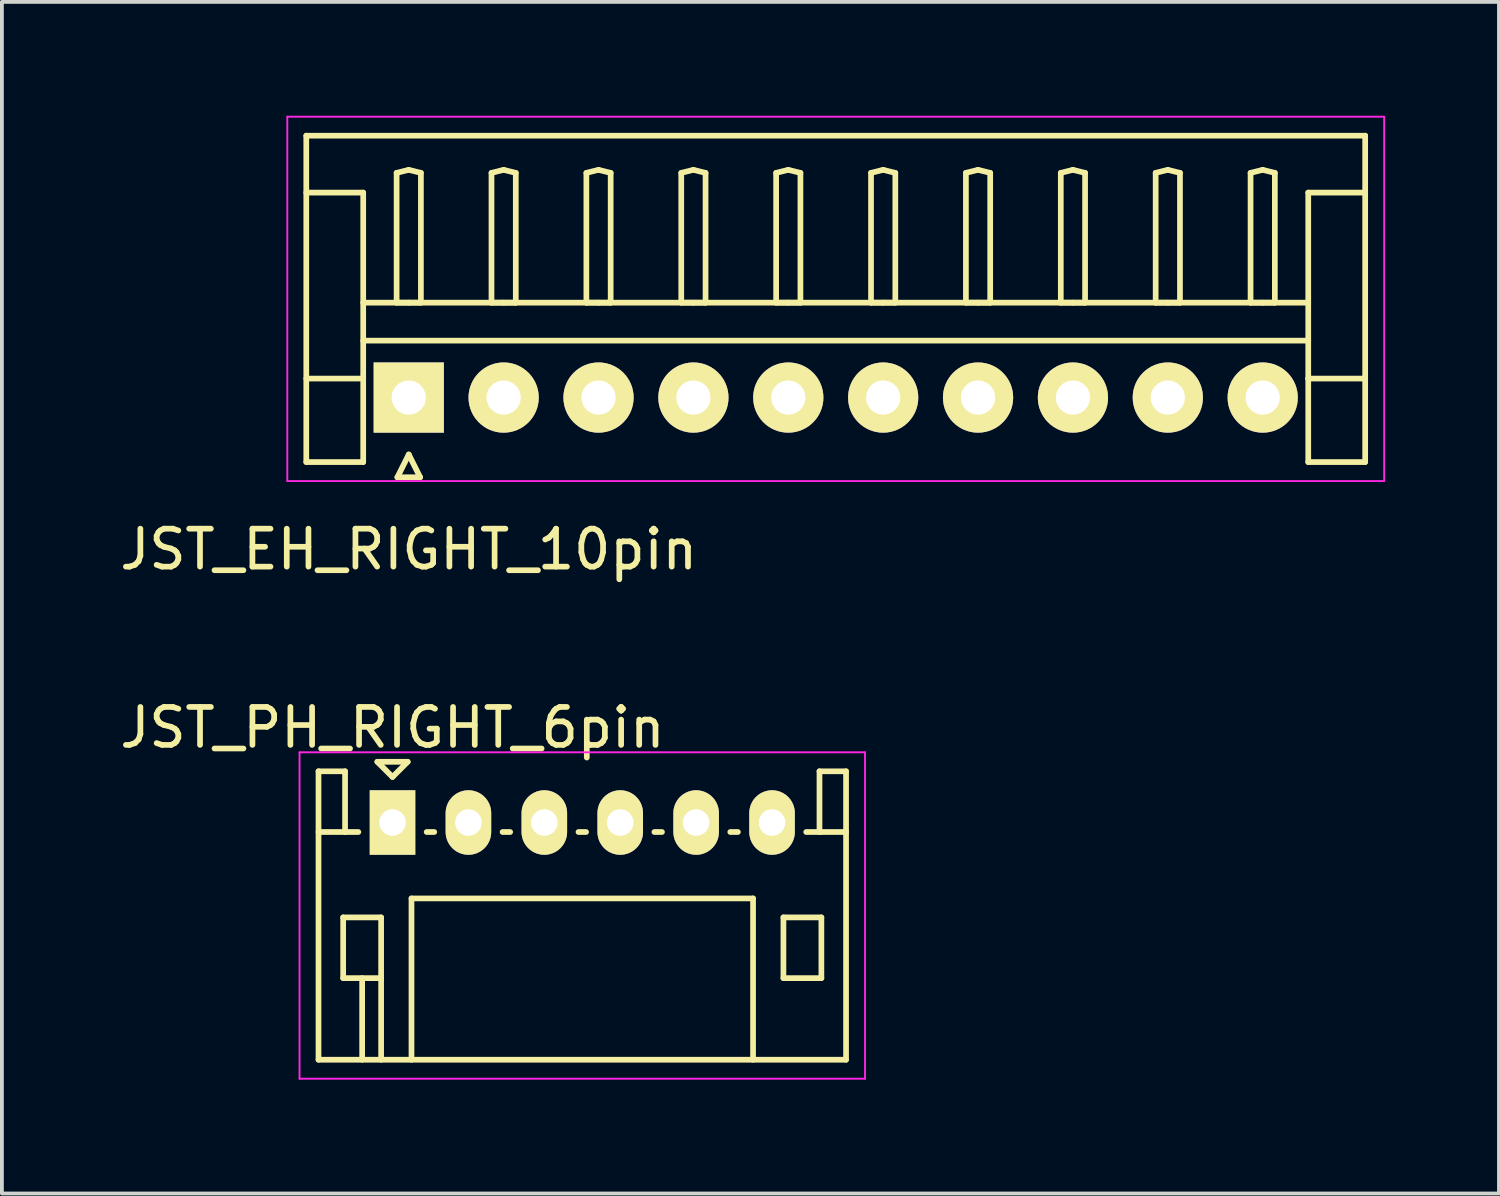
<source format=kicad_pcb>
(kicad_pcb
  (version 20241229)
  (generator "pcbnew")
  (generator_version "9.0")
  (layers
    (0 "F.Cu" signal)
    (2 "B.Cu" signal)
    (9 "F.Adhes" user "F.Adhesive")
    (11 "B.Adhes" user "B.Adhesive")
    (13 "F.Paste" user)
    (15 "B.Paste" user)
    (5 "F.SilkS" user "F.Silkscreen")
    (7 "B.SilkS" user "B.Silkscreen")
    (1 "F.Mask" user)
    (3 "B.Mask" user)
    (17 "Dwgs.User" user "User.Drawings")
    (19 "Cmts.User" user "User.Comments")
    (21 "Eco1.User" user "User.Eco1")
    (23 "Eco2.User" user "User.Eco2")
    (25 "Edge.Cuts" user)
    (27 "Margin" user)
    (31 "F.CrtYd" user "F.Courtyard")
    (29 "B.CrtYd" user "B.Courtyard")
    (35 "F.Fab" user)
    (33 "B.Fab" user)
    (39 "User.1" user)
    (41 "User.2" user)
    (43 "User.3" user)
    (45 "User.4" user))
  (footprint "JST_PH_RIGHT_6pin"
    (layer "F.Cu")
    (at 7.292 18.622)
    (property "Reference" "JST_PH_RIGHT_6pin" (at 0 -2.5 0) (layer "F.SilkS") (effects (font (size 1 1) (thickness 0.15))))
    (attr through_hole)
    (fp_line (start -1.95 -1.35) (end -1.95 6.25) (stroke (width 0.15) (type solid)) (layer "F.SilkS"))
    (fp_line (start -1.95 0.25) (end -1.25 0.25) (stroke (width 0.15) (type solid)) (layer "F.SilkS"))
    (fp_line (start -1.95 6.25) (end 11.95 6.25) (stroke (width 0.15) (type solid)) (layer "F.SilkS"))
    (fp_line (start -1.3 2.5) (end -1.3 4.1) (stroke (width 0.15) (type solid)) (layer "F.SilkS"))
    (fp_line (start -1.3 4.1) (end -0.3 4.1) (stroke (width 0.15) (type solid)) (layer "F.SilkS"))
    (fp_line (start -1.25 -1.35) (end -1.95 -1.35) (stroke (width 0.15) (type solid)) (layer "F.SilkS"))
    (fp_line (start -1.25 0.25) (end -1.25 -1.35) (stroke (width 0.15) (type solid)) (layer "F.SilkS"))
    (fp_line (start -0.9 0.25) (end -1.25 0.25) (stroke (width 0.15) (type solid)) (layer "F.SilkS"))
    (fp_line (start -0.8 4.1) (end -0.8 6.25) (stroke (width 0.15) (type solid)) (layer "F.SilkS"))
    (fp_line (start -0.4 -1.6) (end 0.4 -1.6) (stroke (width 0.15) (type solid)) (layer "F.SilkS"))
    (fp_line (start -0.3 2.5) (end -1.3 2.5) (stroke (width 0.15) (type solid)) (layer "F.SilkS"))
    (fp_line (start -0.3 4.1) (end -0.3 2.5) (stroke (width 0.15) (type solid)) (layer "F.SilkS"))
    (fp_line (start -0.3 4.1) (end -0.3 6.25) (stroke (width 0.15) (type solid)) (layer "F.SilkS"))
    (fp_line (start 0 -1.2) (end -0.4 -1.6) (stroke (width 0.15) (type solid)) (layer "F.SilkS"))
    (fp_line (start 0.4 -1.6) (end 0 -1.2) (stroke (width 0.15) (type solid)) (layer "F.SilkS"))
    (fp_line (start 0.5 2) (end 9.5 2) (stroke (width 0.15) (type solid)) (layer "F.SilkS"))
    (fp_line (start 0.5 6.25) (end 0.5 2) (stroke (width 0.15) (type solid)) (layer "F.SilkS"))
    (fp_line (start 0.9 0.25) (end 1.1 0.25) (stroke (width 0.15) (type solid)) (layer "F.SilkS"))
    (fp_line (start 2.9 0.25) (end 3.1 0.25) (stroke (width 0.15) (type solid)) (layer "F.SilkS"))
    (fp_line (start 4.9 0.25) (end 5.1 0.25) (stroke (width 0.15) (type solid)) (layer "F.SilkS"))
    (fp_line (start 6.9 0.25) (end 7.1 0.25) (stroke (width 0.15) (type solid)) (layer "F.SilkS"))
    (fp_line (start 8.9 0.25) (end 9.1 0.25) (stroke (width 0.15) (type solid)) (layer "F.SilkS"))
    (fp_line (start 9.5 2) (end 9.5 6.25) (stroke (width 0.15) (type solid)) (layer "F.SilkS"))
    (fp_line (start 10.3 2.5) (end 11.3 2.5) (stroke (width 0.15) (type solid)) (layer "F.SilkS"))
    (fp_line (start 10.3 4.1) (end 10.3 2.5) (stroke (width 0.15) (type solid)) (layer "F.SilkS"))
    (fp_line (start 11.25 -1.35) (end 11.25 0.25) (stroke (width 0.15) (type solid)) (layer "F.SilkS"))
    (fp_line (start 11.25 0.25) (end 10.9 0.25) (stroke (width 0.15) (type solid)) (layer "F.SilkS"))
    (fp_line (start 11.3 2.5) (end 11.3 4.1) (stroke (width 0.15) (type solid)) (layer "F.SilkS"))
    (fp_line (start 11.3 4.1) (end 10.3 4.1) (stroke (width 0.15) (type solid)) (layer "F.SilkS"))
    (fp_line (start 11.95 -1.35) (end 11.25 -1.35) (stroke (width 0.15) (type solid)) (layer "F.SilkS"))
    (fp_line (start 11.95 0.25) (end 11.25 0.25) (stroke (width 0.15) (type solid)) (layer "F.SilkS"))
    (fp_line (start 11.95 6.25) (end 11.95 -1.35) (stroke (width 0.15) (type solid)) (layer "F.SilkS"))
    (fp_line (start -2.45 -1.85) (end 12.45 -1.85) (stroke (width 0.05) (type solid)) (layer "F.CrtYd"))
    (fp_line (start -2.45 6.75) (end -2.45 -1.85) (stroke (width 0.05) (type solid)) (layer "F.CrtYd"))
    (fp_line (start 12.45 -1.85) (end 12.45 6.75) (stroke (width 0.05) (type solid)) (layer "F.CrtYd"))
    (fp_line (start 12.45 6.75) (end -2.45 6.75) (stroke (width 0.05) (type solid)) (layer "F.CrtYd"))
    (pad "1" thru_hole rect (at 0 0) (size 1.2 1.7) (drill 0.7) (layers "*.Cu" "*.Mask" "F.SilkS"))
    (pad "2" thru_hole oval (at 2 0) (size 1.2 1.7) (drill 0.7) (layers "*.Cu" "*.Mask" "F.SilkS"))
    (pad "3" thru_hole oval (at 4 0) (size 1.2 1.7) (drill 0.7) (layers "*.Cu" "*.Mask" "F.SilkS"))
    (pad "4" thru_hole oval (at 6 0) (size 1.2 1.7) (drill 0.7) (layers "*.Cu" "*.Mask" "F.SilkS"))
    (pad "5" thru_hole oval (at 8 0) (size 1.2 1.7) (drill 0.7) (layers "*.Cu" "*.Mask" "F.SilkS"))
    (pad "6" thru_hole oval (at 10 0) (size 1.2 1.7) (drill 0.7) (layers "*.Cu" "*.Mask" "F.SilkS")))
  (footprint "JST_EH_RIGHT_10pin"
    (layer "F.Cu")
    (at 7.72 7.425)
    (property "Reference" "JST_EH_RIGHT_10pin" (at 0 4 0) (layer "F.SilkS") (effects (font (size 1 1) (thickness 0.15))))
    (attr through_hole)
    (fp_line (start -2.7 -6.9) (end 25.2 -6.9) (stroke (width 0.15) (type solid)) (layer "F.SilkS"))
    (fp_line (start -2.7 -5.4) (end -1.2 -5.4) (stroke (width 0.15) (type solid)) (layer "F.SilkS"))
    (fp_line (start -2.7 1.7) (end -2.7 -6.9) (stroke (width 0.15) (type solid)) (layer "F.SilkS"))
    (fp_line (start -1.2 -5.4) (end -1.2 -0.5) (stroke (width 0.15) (type solid)) (layer "F.SilkS"))
    (fp_line (start -1.2 -2.5) (end 23.7 -2.5) (stroke (width 0.15) (type solid)) (layer "F.SilkS"))
    (fp_line (start -1.2 -1.5) (end 23.7 -1.5) (stroke (width 0.15) (type solid)) (layer "F.SilkS"))
    (fp_line (start -1.2 -0.5) (end -2.7 -0.5) (stroke (width 0.15) (type solid)) (layer "F.SilkS"))
    (fp_line (start -1.2 -0.5) (end -1.2 1.7) (stroke (width 0.15) (type solid)) (layer "F.SilkS"))
    (fp_line (start -1.2 1.7) (end -2.7 1.7) (stroke (width 0.15) (type solid)) (layer "F.SilkS"))
    (fp_line (start -0.32 -5.92) (end 0 -6) (stroke (width 0.15) (type solid)) (layer "F.SilkS"))
    (fp_line (start -0.32 -2.5) (end -0.32 -5.92) (stroke (width 0.15) (type solid)) (layer "F.SilkS"))
    (fp_line (start -0.3 2.1) (end 0.3 2.1) (stroke (width 0.15) (type solid)) (layer "F.SilkS"))
    (fp_line (start 0 -6) (end 0.32 -5.92) (stroke (width 0.15) (type solid)) (layer "F.SilkS"))
    (fp_line (start 0 -2.5) (end -0.32 -2.5) (stroke (width 0.15) (type solid)) (layer "F.SilkS"))
    (fp_line (start 0 1.5) (end -0.3 2.1) (stroke (width 0.15) (type solid)) (layer "F.SilkS"))
    (fp_line (start 0.3 2.1) (end 0 1.5) (stroke (width 0.15) (type solid)) (layer "F.SilkS"))
    (fp_line (start 0.32 -5.92) (end 0.32 -2.5) (stroke (width 0.15) (type solid)) (layer "F.SilkS"))
    (fp_line (start 0.32 -2.5) (end 0 -2.5) (stroke (width 0.15) (type solid)) (layer "F.SilkS"))
    (fp_line (start 2.18 -5.92) (end 2.5 -6) (stroke (width 0.15) (type solid)) (layer "F.SilkS"))
    (fp_line (start 2.18 -2.5) (end 2.18 -5.92) (stroke (width 0.15) (type solid)) (layer "F.SilkS"))
    (fp_line (start 2.5 -6) (end 2.82 -5.92) (stroke (width 0.15) (type solid)) (layer "F.SilkS"))
    (fp_line (start 2.5 -2.5) (end 2.18 -2.5) (stroke (width 0.15) (type solid)) (layer "F.SilkS"))
    (fp_line (start 2.82 -5.92) (end 2.82 -2.5) (stroke (width 0.15) (type solid)) (layer "F.SilkS"))
    (fp_line (start 2.82 -2.5) (end 2.5 -2.5) (stroke (width 0.15) (type solid)) (layer "F.SilkS"))
    (fp_line (start 4.68 -5.92) (end 5 -6) (stroke (width 0.15) (type solid)) (layer "F.SilkS"))
    (fp_line (start 4.68 -2.5) (end 4.68 -5.92) (stroke (width 0.15) (type solid)) (layer "F.SilkS"))
    (fp_line (start 5 -6) (end 5.32 -5.92) (stroke (width 0.15) (type solid)) (layer "F.SilkS"))
    (fp_line (start 5 -2.5) (end 4.68 -2.5) (stroke (width 0.15) (type solid)) (layer "F.SilkS"))
    (fp_line (start 5.32 -5.92) (end 5.32 -2.5) (stroke (width 0.15) (type solid)) (layer "F.SilkS"))
    (fp_line (start 5.32 -2.5) (end 5 -2.5) (stroke (width 0.15) (type solid)) (layer "F.SilkS"))
    (fp_line (start 7.18 -5.92) (end 7.5 -6) (stroke (width 0.15) (type solid)) (layer "F.SilkS"))
    (fp_line (start 7.18 -2.5) (end 7.18 -5.92) (stroke (width 0.15) (type solid)) (layer "F.SilkS"))
    (fp_line (start 7.5 -6) (end 7.82 -5.92) (stroke (width 0.15) (type solid)) (layer "F.SilkS"))
    (fp_line (start 7.5 -2.5) (end 7.18 -2.5) (stroke (width 0.15) (type solid)) (layer "F.SilkS"))
    (fp_line (start 7.82 -5.92) (end 7.82 -2.5) (stroke (width 0.15) (type solid)) (layer "F.SilkS"))
    (fp_line (start 7.82 -2.5) (end 7.5 -2.5) (stroke (width 0.15) (type solid)) (layer "F.SilkS"))
    (fp_line (start 9.68 -5.92) (end 10 -6) (stroke (width 0.15) (type solid)) (layer "F.SilkS"))
    (fp_line (start 9.68 -2.5) (end 9.68 -5.92) (stroke (width 0.15) (type solid)) (layer "F.SilkS"))
    (fp_line (start 10 -6) (end 10.32 -5.92) (stroke (width 0.15) (type solid)) (layer "F.SilkS"))
    (fp_line (start 10 -2.5) (end 9.68 -2.5) (stroke (width 0.15) (type solid)) (layer "F.SilkS"))
    (fp_line (start 10.32 -5.92) (end 10.32 -2.5) (stroke (width 0.15) (type solid)) (layer "F.SilkS"))
    (fp_line (start 10.32 -2.5) (end 10 -2.5) (stroke (width 0.15) (type solid)) (layer "F.SilkS"))
    (fp_line (start 12.18 -5.92) (end 12.5 -6) (stroke (width 0.15) (type solid)) (layer "F.SilkS"))
    (fp_line (start 12.18 -2.5) (end 12.18 -5.92) (stroke (width 0.15) (type solid)) (layer "F.SilkS"))
    (fp_line (start 12.5 -6) (end 12.82 -5.92) (stroke (width 0.15) (type solid)) (layer "F.SilkS"))
    (fp_line (start 12.5 -2.5) (end 12.18 -2.5) (stroke (width 0.15) (type solid)) (layer "F.SilkS"))
    (fp_line (start 12.82 -5.92) (end 12.82 -2.5) (stroke (width 0.15) (type solid)) (layer "F.SilkS"))
    (fp_line (start 12.82 -2.5) (end 12.5 -2.5) (stroke (width 0.15) (type solid)) (layer "F.SilkS"))
    (fp_line (start 14.68 -5.92) (end 15 -6) (stroke (width 0.15) (type solid)) (layer "F.SilkS"))
    (fp_line (start 14.68 -2.5) (end 14.68 -5.92) (stroke (width 0.15) (type solid)) (layer "F.SilkS"))
    (fp_line (start 15 -6) (end 15.32 -5.92) (stroke (width 0.15) (type solid)) (layer "F.SilkS"))
    (fp_line (start 15 -2.5) (end 14.68 -2.5) (stroke (width 0.15) (type solid)) (layer "F.SilkS"))
    (fp_line (start 15.32 -5.92) (end 15.32 -2.5) (stroke (width 0.15) (type solid)) (layer "F.SilkS"))
    (fp_line (start 15.32 -2.5) (end 15 -2.5) (stroke (width 0.15) (type solid)) (layer "F.SilkS"))
    (fp_line (start 17.18 -5.92) (end 17.5 -6) (stroke (width 0.15) (type solid)) (layer "F.SilkS"))
    (fp_line (start 17.18 -2.5) (end 17.18 -5.92) (stroke (width 0.15) (type solid)) (layer "F.SilkS"))
    (fp_line (start 17.5 -6) (end 17.82 -5.92) (stroke (width 0.15) (type solid)) (layer "F.SilkS"))
    (fp_line (start 17.5 -2.5) (end 17.18 -2.5) (stroke (width 0.15) (type solid)) (layer "F.SilkS"))
    (fp_line (start 17.82 -5.92) (end 17.82 -2.5) (stroke (width 0.15) (type solid)) (layer "F.SilkS"))
    (fp_line (start 17.82 -2.5) (end 17.5 -2.5) (stroke (width 0.15) (type solid)) (layer "F.SilkS"))
    (fp_line (start 19.68 -5.92) (end 20 -6) (stroke (width 0.15) (type solid)) (layer "F.SilkS"))
    (fp_line (start 19.68 -2.5) (end 19.68 -5.92) (stroke (width 0.15) (type solid)) (layer "F.SilkS"))
    (fp_line (start 20 -6) (end 20.32 -5.92) (stroke (width 0.15) (type solid)) (layer "F.SilkS"))
    (fp_line (start 20 -2.5) (end 19.68 -2.5) (stroke (width 0.15) (type solid)) (layer "F.SilkS"))
    (fp_line (start 20.32 -5.92) (end 20.32 -2.5) (stroke (width 0.15) (type solid)) (layer "F.SilkS"))
    (fp_line (start 20.32 -2.5) (end 20 -2.5) (stroke (width 0.15) (type solid)) (layer "F.SilkS"))
    (fp_line (start 22.18 -5.92) (end 22.5 -6) (stroke (width 0.15) (type solid)) (layer "F.SilkS"))
    (fp_line (start 22.18 -2.5) (end 22.18 -5.92) (stroke (width 0.15) (type solid)) (layer "F.SilkS"))
    (fp_line (start 22.5 -6) (end 22.82 -5.92) (stroke (width 0.15) (type solid)) (layer "F.SilkS"))
    (fp_line (start 22.5 -2.5) (end 22.18 -2.5) (stroke (width 0.15) (type solid)) (layer "F.SilkS"))
    (fp_line (start 22.82 -5.92) (end 22.82 -2.5) (stroke (width 0.15) (type solid)) (layer "F.SilkS"))
    (fp_line (start 22.82 -2.5) (end 22.5 -2.5) (stroke (width 0.15) (type solid)) (layer "F.SilkS"))
    (fp_line (start 23.7 -5.4) (end 23.7 -0.5) (stroke (width 0.15) (type solid)) (layer "F.SilkS"))
    (fp_line (start 23.7 -0.5) (end 25.2 -0.5) (stroke (width 0.15) (type solid)) (layer "F.SilkS"))
    (fp_line (start 23.7 1.7) (end 23.7 -0.5) (stroke (width 0.15) (type solid)) (layer "F.SilkS"))
    (fp_line (start 25.2 -6.9) (end 25.2 1.7) (stroke (width 0.15) (type solid)) (layer "F.SilkS"))
    (fp_line (start 25.2 -5.4) (end 23.7 -5.4) (stroke (width 0.15) (type solid)) (layer "F.SilkS"))
    (fp_line (start 25.2 1.7) (end 23.7 1.7) (stroke (width 0.15) (type solid)) (layer "F.SilkS"))
    (fp_line (start -3.2 -7.4) (end -3.2 2.2) (stroke (width 0.05) (type solid)) (layer "F.CrtYd"))
    (fp_line (start -3.2 2.2) (end 25.7 2.2) (stroke (width 0.05) (type solid)) (layer "F.CrtYd"))
    (fp_line (start 25.7 -7.4) (end -3.2 -7.4) (stroke (width 0.05) (type solid)) (layer "F.CrtYd"))
    (fp_line (start 25.7 2.2) (end 25.7 -7.4) (stroke (width 0.05) (type solid)) (layer "F.CrtYd"))
    (pad "1" thru_hole rect (at 0 0) (size 1.85 1.85) (drill 0.9) (layers "*.Cu" "*.Mask" "F.SilkS"))
    (pad "2" thru_hole circle (at 2.5 0) (size 1.85 1.85) (drill 0.9) (layers "*.Cu" "*.Mask" "F.SilkS"))
    (pad "3" thru_hole circle (at 5 0) (size 1.85 1.85) (drill 0.9) (layers "*.Cu" "*.Mask" "F.SilkS"))
    (pad "4" thru_hole circle (at 7.5 0) (size 1.85 1.85) (drill 0.9) (layers "*.Cu" "*.Mask" "F.SilkS"))
    (pad "5" thru_hole circle (at 10 0) (size 1.85 1.85) (drill 0.9) (layers "*.Cu" "*.Mask" "F.SilkS"))
    (pad "6" thru_hole circle (at 12.5 0) (size 1.85 1.85) (drill 0.9) (layers "*.Cu" "*.Mask" "F.SilkS"))
    (pad "7" thru_hole circle (at 15 0) (size 1.85 1.85) (drill 0.9) (layers "*.Cu" "*.Mask" "F.SilkS"))
    (pad "8" thru_hole circle (at 17.5 0) (size 1.85 1.85) (drill 0.9) (layers "*.Cu" "*.Mask" "F.SilkS"))
    (pad "9" thru_hole circle (at 20 0) (size 1.85 1.85) (drill 0.9) (layers "*.Cu" "*.Mask" "F.SilkS"))
    (pad "10" thru_hole circle (at 22.5 0) (size 1.85 1.85) (drill 0.9) (layers "*.Cu" "*.Mask" "F.SilkS")))
  (gr_rect
    (start -3 -3)
    (end 36.445 28.396)
    (stroke (width 0.1) (type default))
    (fill no)
    (layer "Edge.Cuts")))
</source>
